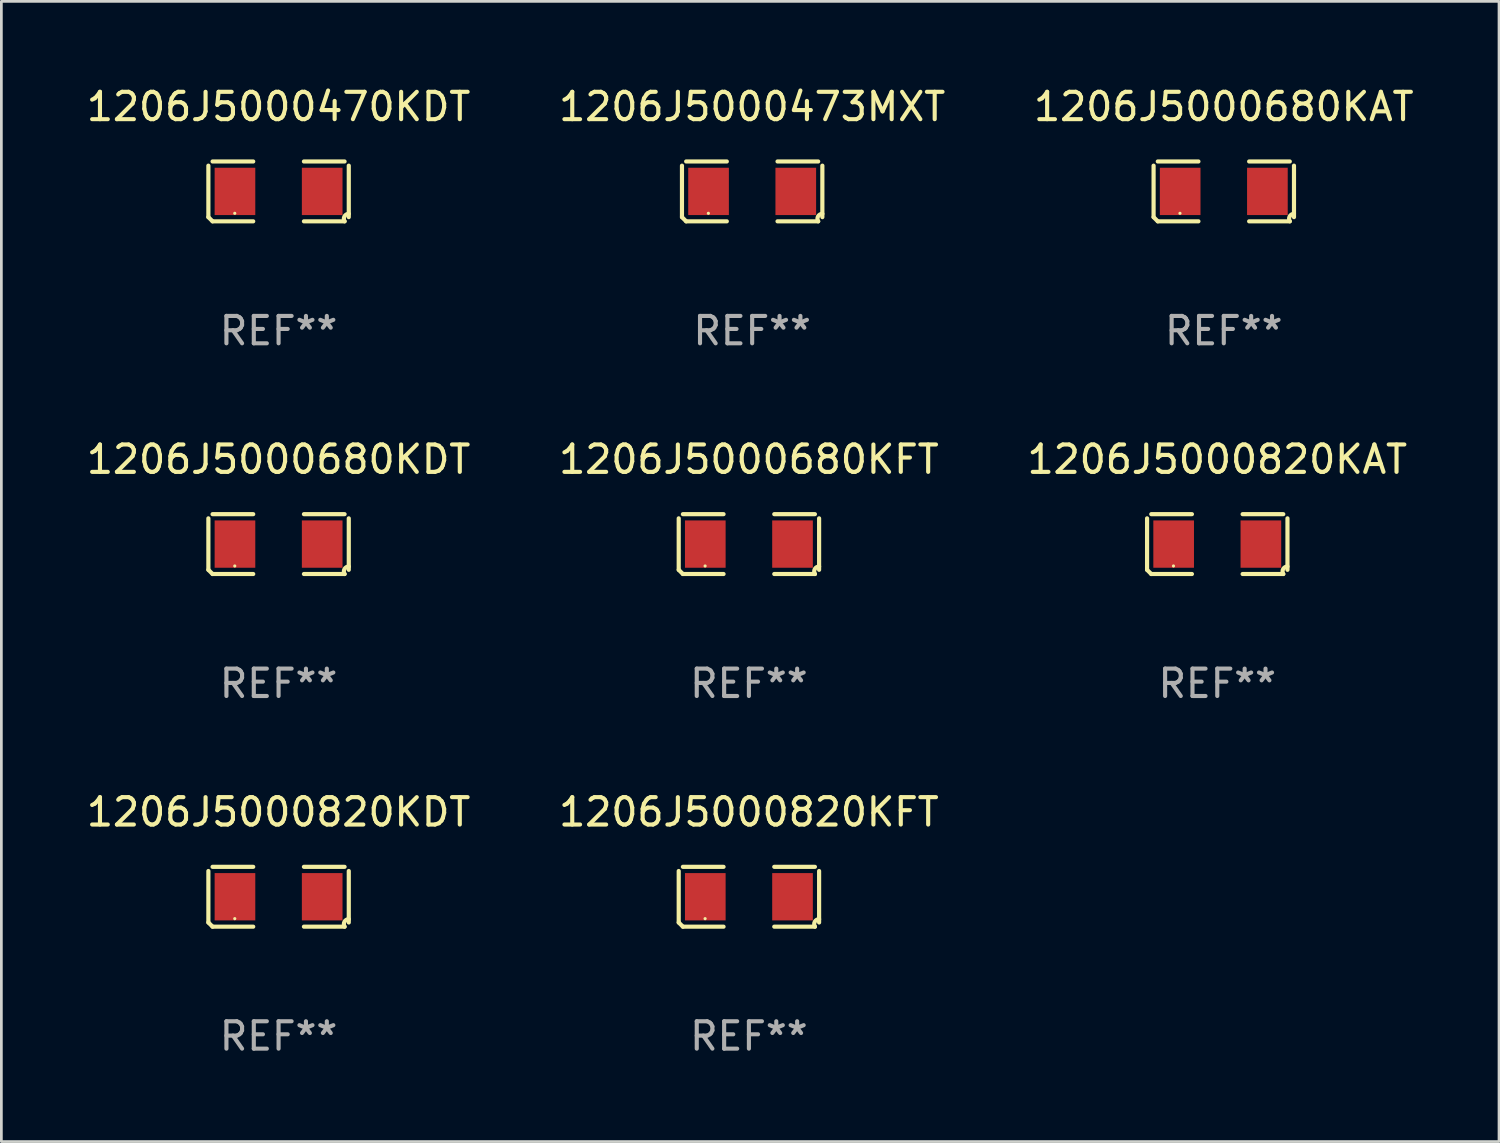
<source format=kicad_pcb>
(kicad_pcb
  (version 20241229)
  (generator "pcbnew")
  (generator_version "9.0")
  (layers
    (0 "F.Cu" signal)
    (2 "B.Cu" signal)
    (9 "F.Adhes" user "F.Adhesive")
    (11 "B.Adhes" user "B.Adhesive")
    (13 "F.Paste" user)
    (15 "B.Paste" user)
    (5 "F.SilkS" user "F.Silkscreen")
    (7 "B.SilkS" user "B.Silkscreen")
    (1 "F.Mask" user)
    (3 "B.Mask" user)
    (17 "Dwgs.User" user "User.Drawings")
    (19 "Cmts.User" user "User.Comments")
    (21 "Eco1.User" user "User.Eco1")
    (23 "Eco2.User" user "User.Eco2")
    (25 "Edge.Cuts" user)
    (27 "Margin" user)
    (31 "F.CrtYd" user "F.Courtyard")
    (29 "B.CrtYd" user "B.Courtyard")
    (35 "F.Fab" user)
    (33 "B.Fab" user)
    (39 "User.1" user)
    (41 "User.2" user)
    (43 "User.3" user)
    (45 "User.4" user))
  (footprint "1206J5000820KAT"
    (layer "F.Cu")
    (at 41.411 16.823)
    (property "Reference" "1206J5000820KAT" (at 0 -3.093 0) (layer "F.SilkS") (effects (font (size 1 1) (thickness 0.15))))
    (attr through_hole)
    (fp_line (start -2.564 0.94) (end -2.564 -0.94) (stroke (width 0.152) (type solid)) (layer "F.SilkS"))
    (fp_line (start -2.411 -1.093) (end -0.926 -1.093) (stroke (width 0.152) (type solid)) (layer "F.SilkS"))
    (fp_line (start -0.926 1.093) (end -2.411 1.093) (stroke (width 0.152) (type solid)) (layer "F.SilkS"))
    (fp_line (start 0.926 1.093) (end 2.411 1.093) (stroke (width 0.152) (type solid)) (layer "F.SilkS"))
    (fp_line (start 2.411 -1.093) (end 0.926 -1.093) (stroke (width 0.152) (type solid)) (layer "F.SilkS"))
    (fp_line (start 2.564 0.94) (end 2.564 -0.94) (stroke (width 0.152) (type solid)) (layer "F.SilkS"))
    (fp_arc (start -2.411201 1.092609) (mid -2.487413 1.01642) (end -2.563602 0.940208) (stroke (width 0.1524) (type solid)) (layer "F.SilkS"))
    (fp_arc (start 2.411201 1.092609) (mid 2.407159 0.911226) (end 2.563602 0.819347) (stroke (width 0.1524) (type solid)) (layer "F.SilkS"))
    (fp_circle (center -1.6 0.8) (end -1.57 0.8) (stroke (width 0.06) (type solid)) (fill no) (layer "F.SilkS"))
    (fp_text user "REF**" (at 0 5.093 0) (layer "F.Fab") (effects (font (size 1 1) (thickness 0.15))))
    (pad "1" smd rect (at -1.593 0) (size 1.485 1.728) (layers "F.Cu" "F.Mask" "F.Paste"))
    (pad "2" smd rect (at 1.593 0) (size 1.485 1.728) (layers "F.Cu" "F.Mask" "F.Paste")))
  (footprint "1206J5000680KDT"
    (layer "F.Cu")
    (at 7.125 16.823)
    (property "Reference" "1206J5000680KDT" (at 0 -3.093 0) (layer "F.SilkS") (effects (font (size 1 1) (thickness 0.15))))
    (attr through_hole)
    (fp_line (start -2.564 0.94) (end -2.564 -0.94) (stroke (width 0.152) (type solid)) (layer "F.SilkS"))
    (fp_line (start -2.411 -1.093) (end -0.926 -1.093) (stroke (width 0.152) (type solid)) (layer "F.SilkS"))
    (fp_line (start -0.926 1.093) (end -2.411 1.093) (stroke (width 0.152) (type solid)) (layer "F.SilkS"))
    (fp_line (start 0.926 1.093) (end 2.411 1.093) (stroke (width 0.152) (type solid)) (layer "F.SilkS"))
    (fp_line (start 2.411 -1.093) (end 0.926 -1.093) (stroke (width 0.152) (type solid)) (layer "F.SilkS"))
    (fp_line (start 2.564 0.94) (end 2.564 -0.94) (stroke (width 0.152) (type solid)) (layer "F.SilkS"))
    (fp_arc (start -2.411201 1.092609) (mid -2.487413 1.01642) (end -2.563602 0.940208) (stroke (width 0.1524) (type solid)) (layer "F.SilkS"))
    (fp_arc (start 2.411201 1.092609) (mid 2.407159 0.911226) (end 2.563602 0.819347) (stroke (width 0.1524) (type solid)) (layer "F.SilkS"))
    (fp_circle (center -1.6 0.8) (end -1.57 0.8) (stroke (width 0.06) (type solid)) (fill no) (layer "F.SilkS"))
    (fp_text user "REF**" (at 0 5.093 0) (layer "F.Fab") (effects (font (size 1 1) (thickness 0.15))))
    (pad "1" smd rect (at -1.593 0) (size 1.485 1.728) (layers "F.Cu" "F.Mask" "F.Paste"))
    (pad "2" smd rect (at 1.593 0) (size 1.485 1.728) (layers "F.Cu" "F.Mask" "F.Paste")))
  (footprint "1206J5000680KAT"
    (layer "F.Cu")
    (at 41.649 3.941)
    (property "Reference" "1206J5000680KAT" (at 0 -3.093 0) (layer "F.SilkS") (effects (font (size 1 1) (thickness 0.15))))
    (attr through_hole)
    (fp_line (start -2.564 0.94) (end -2.564 -0.94) (stroke (width 0.152) (type solid)) (layer "F.SilkS"))
    (fp_line (start -2.411 -1.093) (end -0.926 -1.093) (stroke (width 0.152) (type solid)) (layer "F.SilkS"))
    (fp_line (start -0.926 1.093) (end -2.411 1.093) (stroke (width 0.152) (type solid)) (layer "F.SilkS"))
    (fp_line (start 0.926 1.093) (end 2.411 1.093) (stroke (width 0.152) (type solid)) (layer "F.SilkS"))
    (fp_line (start 2.411 -1.093) (end 0.926 -1.093) (stroke (width 0.152) (type solid)) (layer "F.SilkS"))
    (fp_line (start 2.564 0.94) (end 2.564 -0.94) (stroke (width 0.152) (type solid)) (layer "F.SilkS"))
    (fp_arc (start -2.411201 1.092609) (mid -2.487413 1.01642) (end -2.563602 0.940208) (stroke (width 0.1524) (type solid)) (layer "F.SilkS"))
    (fp_arc (start 2.411201 1.092609) (mid 2.407159 0.911226) (end 2.563602 0.819347) (stroke (width 0.1524) (type solid)) (layer "F.SilkS"))
    (fp_circle (center -1.6 0.8) (end -1.57 0.8) (stroke (width 0.06) (type solid)) (fill no) (layer "F.SilkS"))
    (fp_text user "REF**" (at 0 5.093 0) (layer "F.Fab") (effects (font (size 1 1) (thickness 0.15))))
    (pad "1" smd rect (at -1.593 0) (size 1.485 1.728) (layers "F.Cu" "F.Mask" "F.Paste"))
    (pad "2" smd rect (at 1.593 0) (size 1.485 1.728) (layers "F.Cu" "F.Mask" "F.Paste")))
  (footprint "1206J5000820KDT"
    (layer "F.Cu")
    (at 7.125 29.704)
    (property "Reference" "1206J5000820KDT" (at 0 -3.093 0) (layer "F.SilkS") (effects (font (size 1 1) (thickness 0.15))))
    (attr through_hole)
    (fp_line (start -2.564 0.94) (end -2.564 -0.94) (stroke (width 0.152) (type solid)) (layer "F.SilkS"))
    (fp_line (start -2.411 -1.093) (end -0.926 -1.093) (stroke (width 0.152) (type solid)) (layer "F.SilkS"))
    (fp_line (start -0.926 1.093) (end -2.411 1.093) (stroke (width 0.152) (type solid)) (layer "F.SilkS"))
    (fp_line (start 0.926 1.093) (end 2.411 1.093) (stroke (width 0.152) (type solid)) (layer "F.SilkS"))
    (fp_line (start 2.411 -1.093) (end 0.926 -1.093) (stroke (width 0.152) (type solid)) (layer "F.SilkS"))
    (fp_line (start 2.564 0.94) (end 2.564 -0.94) (stroke (width 0.152) (type solid)) (layer "F.SilkS"))
    (fp_arc (start -2.411201 1.092609) (mid -2.487413 1.01642) (end -2.563602 0.940208) (stroke (width 0.1524) (type solid)) (layer "F.SilkS"))
    (fp_arc (start 2.411201 1.092609) (mid 2.407159 0.911226) (end 2.563602 0.819347) (stroke (width 0.1524) (type solid)) (layer "F.SilkS"))
    (fp_circle (center -1.6 0.8) (end -1.57 0.8) (stroke (width 0.06) (type solid)) (fill no) (layer "F.SilkS"))
    (fp_text user "REF**" (at 0 5.093 0) (layer "F.Fab") (effects (font (size 1 1) (thickness 0.15))))
    (pad "1" smd rect (at -1.593 0) (size 1.485 1.728) (layers "F.Cu" "F.Mask" "F.Paste"))
    (pad "2" smd rect (at 1.593 0) (size 1.485 1.728) (layers "F.Cu" "F.Mask" "F.Paste")))
  (footprint "1206J5000470KDT"
    (layer "F.Cu")
    (at 7.125 3.941)
    (property "Reference" "1206J5000470KDT" (at 0 -3.093 0) (layer "F.SilkS") (effects (font (size 1 1) (thickness 0.15))))
    (attr through_hole)
    (fp_line (start -2.564 0.94) (end -2.564 -0.94) (stroke (width 0.152) (type solid)) (layer "F.SilkS"))
    (fp_line (start -2.411 -1.093) (end -0.926 -1.093) (stroke (width 0.152) (type solid)) (layer "F.SilkS"))
    (fp_line (start -0.926 1.093) (end -2.411 1.093) (stroke (width 0.152) (type solid)) (layer "F.SilkS"))
    (fp_line (start 0.926 1.093) (end 2.411 1.093) (stroke (width 0.152) (type solid)) (layer "F.SilkS"))
    (fp_line (start 2.411 -1.093) (end 0.926 -1.093) (stroke (width 0.152) (type solid)) (layer "F.SilkS"))
    (fp_line (start 2.564 0.94) (end 2.564 -0.94) (stroke (width 0.152) (type solid)) (layer "F.SilkS"))
    (fp_arc (start -2.411201 1.092609) (mid -2.487413 1.01642) (end -2.563602 0.940208) (stroke (width 0.1524) (type solid)) (layer "F.SilkS"))
    (fp_arc (start 2.411201 1.092609) (mid 2.407159 0.911226) (end 2.563602 0.819347) (stroke (width 0.1524) (type solid)) (layer "F.SilkS"))
    (fp_circle (center -1.6 0.8) (end -1.57 0.8) (stroke (width 0.06) (type solid)) (fill no) (layer "F.SilkS"))
    (fp_text user "REF**" (at 0 5.093 0) (layer "F.Fab") (effects (font (size 1 1) (thickness 0.15))))
    (pad "1" smd rect (at -1.593 0) (size 1.485 1.728) (layers "F.Cu" "F.Mask" "F.Paste"))
    (pad "2" smd rect (at 1.593 0) (size 1.485 1.728) (layers "F.Cu" "F.Mask" "F.Paste")))
  (footprint "1206J5000820KFT"
    (layer "F.Cu")
    (at 24.304 29.704)
    (property "Reference" "1206J5000820KFT" (at 0 -3.093 0) (layer "F.SilkS") (effects (font (size 1 1) (thickness 0.15))))
    (attr through_hole)
    (fp_line (start -2.564 0.94) (end -2.564 -0.94) (stroke (width 0.152) (type solid)) (layer "F.SilkS"))
    (fp_line (start -2.411 -1.093) (end -0.926 -1.093) (stroke (width 0.152) (type solid)) (layer "F.SilkS"))
    (fp_line (start -0.926 1.093) (end -2.411 1.093) (stroke (width 0.152) (type solid)) (layer "F.SilkS"))
    (fp_line (start 0.926 1.093) (end 2.411 1.093) (stroke (width 0.152) (type solid)) (layer "F.SilkS"))
    (fp_line (start 2.411 -1.093) (end 0.926 -1.093) (stroke (width 0.152) (type solid)) (layer "F.SilkS"))
    (fp_line (start 2.564 0.94) (end 2.564 -0.94) (stroke (width 0.152) (type solid)) (layer "F.SilkS"))
    (fp_arc (start -2.411201 1.092609) (mid -2.487413 1.01642) (end -2.563602 0.940208) (stroke (width 0.1524) (type solid)) (layer "F.SilkS"))
    (fp_arc (start 2.411201 1.092609) (mid 2.407159 0.911226) (end 2.563602 0.819347) (stroke (width 0.1524) (type solid)) (layer "F.SilkS"))
    (fp_circle (center -1.6 0.8) (end -1.57 0.8) (stroke (width 0.06) (type solid)) (fill no) (layer "F.SilkS"))
    (fp_text user "REF**" (at 0 5.093 0) (layer "F.Fab") (effects (font (size 1 1) (thickness 0.15))))
    (pad "1" smd rect (at -1.593 0) (size 1.485 1.728) (layers "F.Cu" "F.Mask" "F.Paste"))
    (pad "2" smd rect (at 1.593 0) (size 1.485 1.728) (layers "F.Cu" "F.Mask" "F.Paste")))
  (footprint "1206J5000473MXT"
    (layer "F.Cu")
    (at 24.423 3.941)
    (property "Reference" "1206J5000473MXT" (at 0 -3.093 0) (layer "F.SilkS") (effects (font (size 1 1) (thickness 0.15))))
    (attr through_hole)
    (fp_line (start -2.564 0.94) (end -2.564 -0.94) (stroke (width 0.152) (type solid)) (layer "F.SilkS"))
    (fp_line (start -2.411 -1.093) (end -0.926 -1.093) (stroke (width 0.152) (type solid)) (layer "F.SilkS"))
    (fp_line (start -0.926 1.093) (end -2.411 1.093) (stroke (width 0.152) (type solid)) (layer "F.SilkS"))
    (fp_line (start 0.926 1.093) (end 2.411 1.093) (stroke (width 0.152) (type solid)) (layer "F.SilkS"))
    (fp_line (start 2.411 -1.093) (end 0.926 -1.093) (stroke (width 0.152) (type solid)) (layer "F.SilkS"))
    (fp_line (start 2.564 0.94) (end 2.564 -0.94) (stroke (width 0.152) (type solid)) (layer "F.SilkS"))
    (fp_arc (start -2.411201 1.092609) (mid -2.487413 1.01642) (end -2.563602 0.940208) (stroke (width 0.1524) (type solid)) (layer "F.SilkS"))
    (fp_arc (start 2.411201 1.092609) (mid 2.407159 0.911226) (end 2.563602 0.819347) (stroke (width 0.1524) (type solid)) (layer "F.SilkS"))
    (fp_circle (center -1.6 0.8) (end -1.57 0.8) (stroke (width 0.06) (type solid)) (fill no) (layer "F.SilkS"))
    (fp_text user "REF**" (at 0 5.093 0) (layer "F.Fab") (effects (font (size 1 1) (thickness 0.15))))
    (pad "1" smd rect (at -1.593 0) (size 1.485 1.728) (layers "F.Cu" "F.Mask" "F.Paste"))
    (pad "2" smd rect (at 1.593 0) (size 1.485 1.728) (layers "F.Cu" "F.Mask" "F.Paste")))
  (footprint "1206J5000680KFT"
    (layer "F.Cu")
    (at 24.304 16.823)
    (property "Reference" "1206J5000680KFT" (at 0 -3.093 0) (layer "F.SilkS") (effects (font (size 1 1) (thickness 0.15))))
    (attr through_hole)
    (fp_line (start -2.564 0.94) (end -2.564 -0.94) (stroke (width 0.152) (type solid)) (layer "F.SilkS"))
    (fp_line (start -2.411 -1.093) (end -0.926 -1.093) (stroke (width 0.152) (type solid)) (layer "F.SilkS"))
    (fp_line (start -0.926 1.093) (end -2.411 1.093) (stroke (width 0.152) (type solid)) (layer "F.SilkS"))
    (fp_line (start 0.926 1.093) (end 2.411 1.093) (stroke (width 0.152) (type solid)) (layer "F.SilkS"))
    (fp_line (start 2.411 -1.093) (end 0.926 -1.093) (stroke (width 0.152) (type solid)) (layer "F.SilkS"))
    (fp_line (start 2.564 0.94) (end 2.564 -0.94) (stroke (width 0.152) (type solid)) (layer "F.SilkS"))
    (fp_arc (start -2.411201 1.092609) (mid -2.487413 1.01642) (end -2.563602 0.940208) (stroke (width 0.1524) (type solid)) (layer "F.SilkS"))
    (fp_arc (start 2.411201 1.092609) (mid 2.407159 0.911226) (end 2.563602 0.819347) (stroke (width 0.1524) (type solid)) (layer "F.SilkS"))
    (fp_circle (center -1.6 0.8) (end -1.57 0.8) (stroke (width 0.06) (type solid)) (fill no) (layer "F.SilkS"))
    (fp_text user "REF**" (at 0 5.093 0) (layer "F.Fab") (effects (font (size 1 1) (thickness 0.15))))
    (pad "1" smd rect (at -1.593 0) (size 1.485 1.728) (layers "F.Cu" "F.Mask" "F.Paste"))
    (pad "2" smd rect (at 1.593 0) (size 1.485 1.728) (layers "F.Cu" "F.Mask" "F.Paste")))
  (gr_rect
    (start -3 -3)
    (end 51.702 38.645)
    (stroke (width 0.1) (type default))
    (fill no)
    (layer "Edge.Cuts")))
</source>
